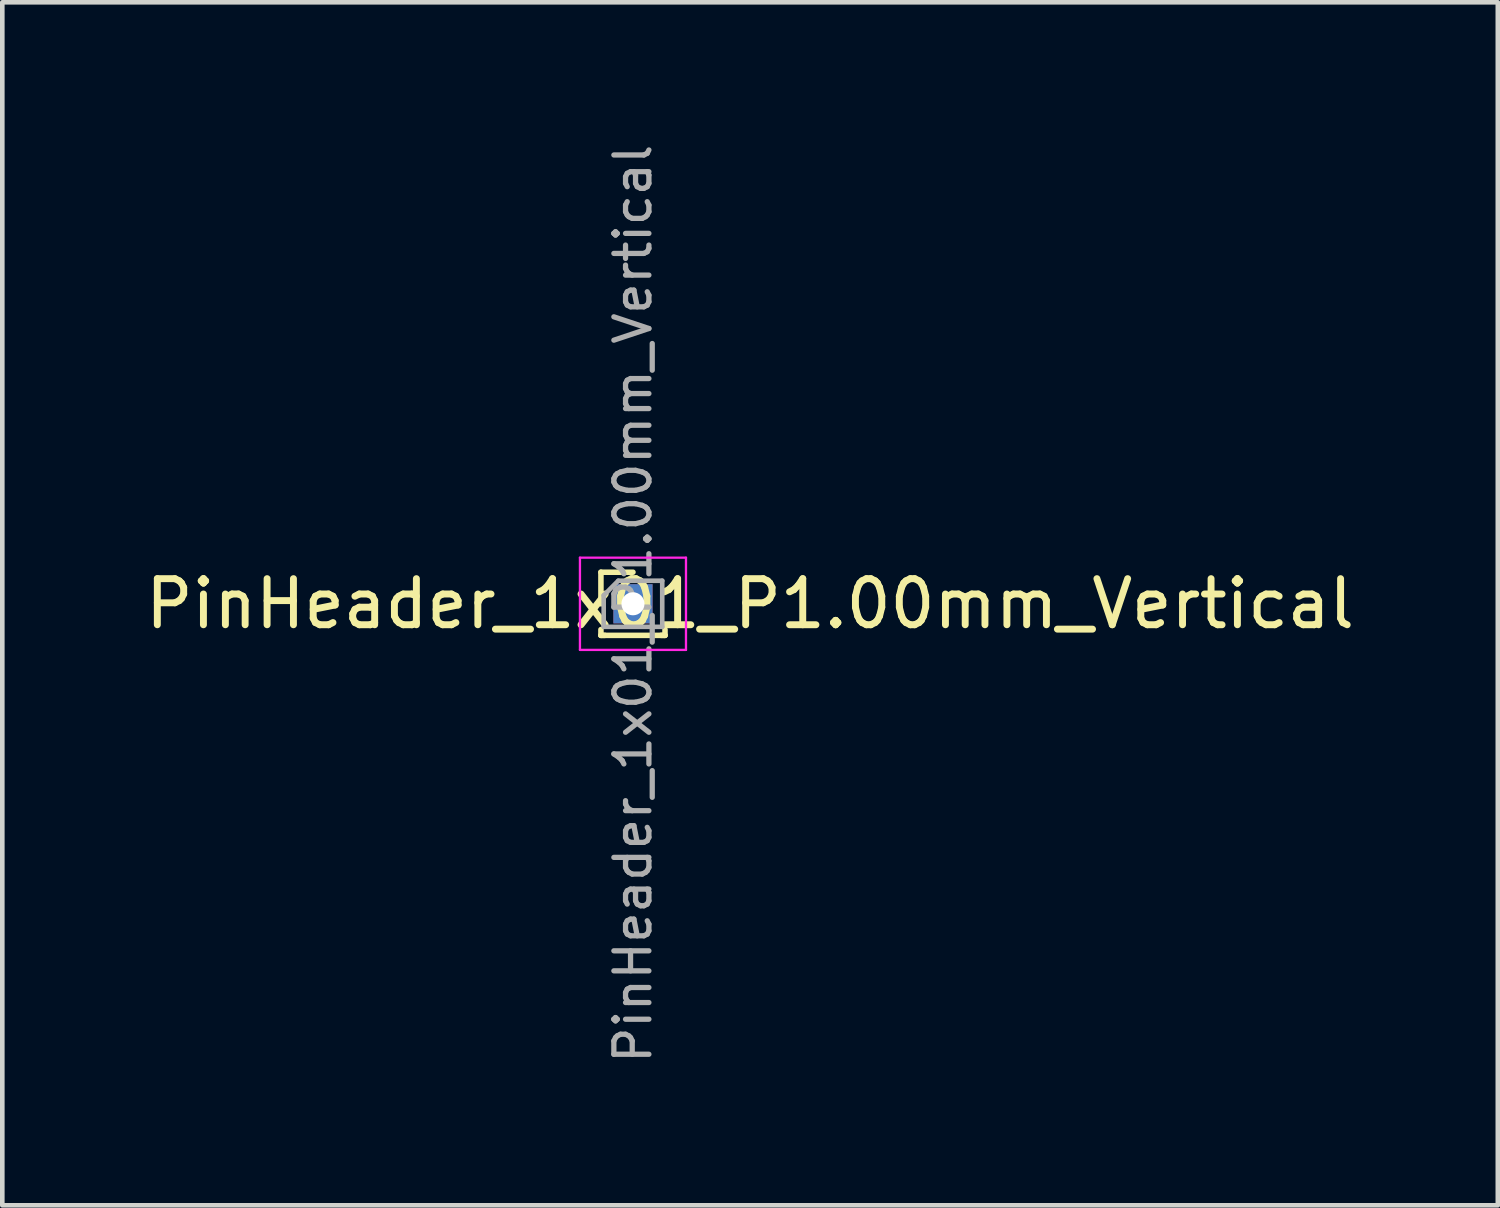
<source format=kicad_pcb>
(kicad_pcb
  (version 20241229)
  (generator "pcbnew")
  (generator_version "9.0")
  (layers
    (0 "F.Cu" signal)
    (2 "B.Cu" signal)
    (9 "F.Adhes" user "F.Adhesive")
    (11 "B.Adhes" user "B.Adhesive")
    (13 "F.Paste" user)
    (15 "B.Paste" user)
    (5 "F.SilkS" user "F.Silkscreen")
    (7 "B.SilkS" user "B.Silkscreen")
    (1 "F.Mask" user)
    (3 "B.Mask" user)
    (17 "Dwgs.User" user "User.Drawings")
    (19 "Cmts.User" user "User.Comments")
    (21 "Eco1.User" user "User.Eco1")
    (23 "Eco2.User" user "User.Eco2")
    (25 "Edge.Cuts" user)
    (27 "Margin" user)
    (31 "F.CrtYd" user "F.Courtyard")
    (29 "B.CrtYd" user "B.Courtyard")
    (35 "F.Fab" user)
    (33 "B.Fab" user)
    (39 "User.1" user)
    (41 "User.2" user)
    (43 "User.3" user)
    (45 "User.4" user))
  (footprint "PinHeader_1x01_P1.00mm_Vertical"
    (layer "F.Cu")
    (at 10.68 10.047)
    (property "Reference" "PinHeader_1x01_P1.00mm_Vertical" (at 2.54 0 0) (layer "F.SilkS") (effects (font (size 1 1) (thickness 0.15))))
    (attr through_hole)
    (fp_line (start -0.695 -0.685) (end 0 -0.685) (stroke (width 0.12) (type solid)) (layer "F.SilkS"))
    (fp_line (start -0.695 0) (end -0.695 -0.685) (stroke (width 0.12) (type solid)) (layer "F.SilkS"))
    (fp_line (start -0.695 0.685) (end -0.695 0.56) (stroke (width 0.12) (type solid)) (layer "F.SilkS"))
    (fp_line (start -0.695 0.685) (end -0.608 0.685) (stroke (width 0.12) (type solid)) (layer "F.SilkS"))
    (fp_line (start -0.695 0.685) (end 0.695 0.685) (stroke (width 0.12) (type solid)) (layer "F.SilkS"))
    (fp_line (start 0.608 0.685) (end 0.695 0.685) (stroke (width 0.12) (type solid)) (layer "F.SilkS"))
    (fp_line (start 0.695 0.685) (end 0.695 0.56) (stroke (width 0.12) (type solid)) (layer "F.SilkS"))
    (fp_line (start -1.15 -1) (end -1.15 1) (stroke (width 0.05) (type solid)) (layer "F.CrtYd"))
    (fp_line (start -1.15 1) (end 1.15 1) (stroke (width 0.05) (type solid)) (layer "F.CrtYd"))
    (fp_line (start 1.15 -1) (end -1.15 -1) (stroke (width 0.05) (type solid)) (layer "F.CrtYd"))
    (fp_line (start 1.15 1) (end 1.15 -1) (stroke (width 0.05) (type solid)) (layer "F.CrtYd"))
    (fp_line (start -0.635 -0.182) (end -0.318 -0.5) (stroke (width 0.1) (type solid)) (layer "F.Fab"))
    (fp_line (start -0.635 0.5) (end -0.635 -0.182) (stroke (width 0.1) (type solid)) (layer "F.Fab"))
    (fp_line (start -0.318 -0.5) (end 0.635 -0.5) (stroke (width 0.1) (type solid)) (layer "F.Fab"))
    (fp_line (start 0.635 -0.5) (end 0.635 0.5) (stroke (width 0.1) (type solid)) (layer "F.Fab"))
    (fp_line (start 0.635 0.5) (end -0.635 0.5) (stroke (width 0.1) (type solid)) (layer "F.Fab"))
    (fp_text user "${REFERENCE}" (at 0 0 90) (layer "F.Fab") (effects (font (size 0.76 0.76) (thickness 0.114))))
    (pad "1" thru_hole rect (at 0 0) (size 0.85 0.85) (drill 0.5) (layers "*.Cu" "*.Mask")))
  (gr_rect
    (start -3 -3)
    (end 29.44 23.095)
    (stroke (width 0.1) (type default))
    (fill no)
    (layer "Edge.Cuts")))
</source>
